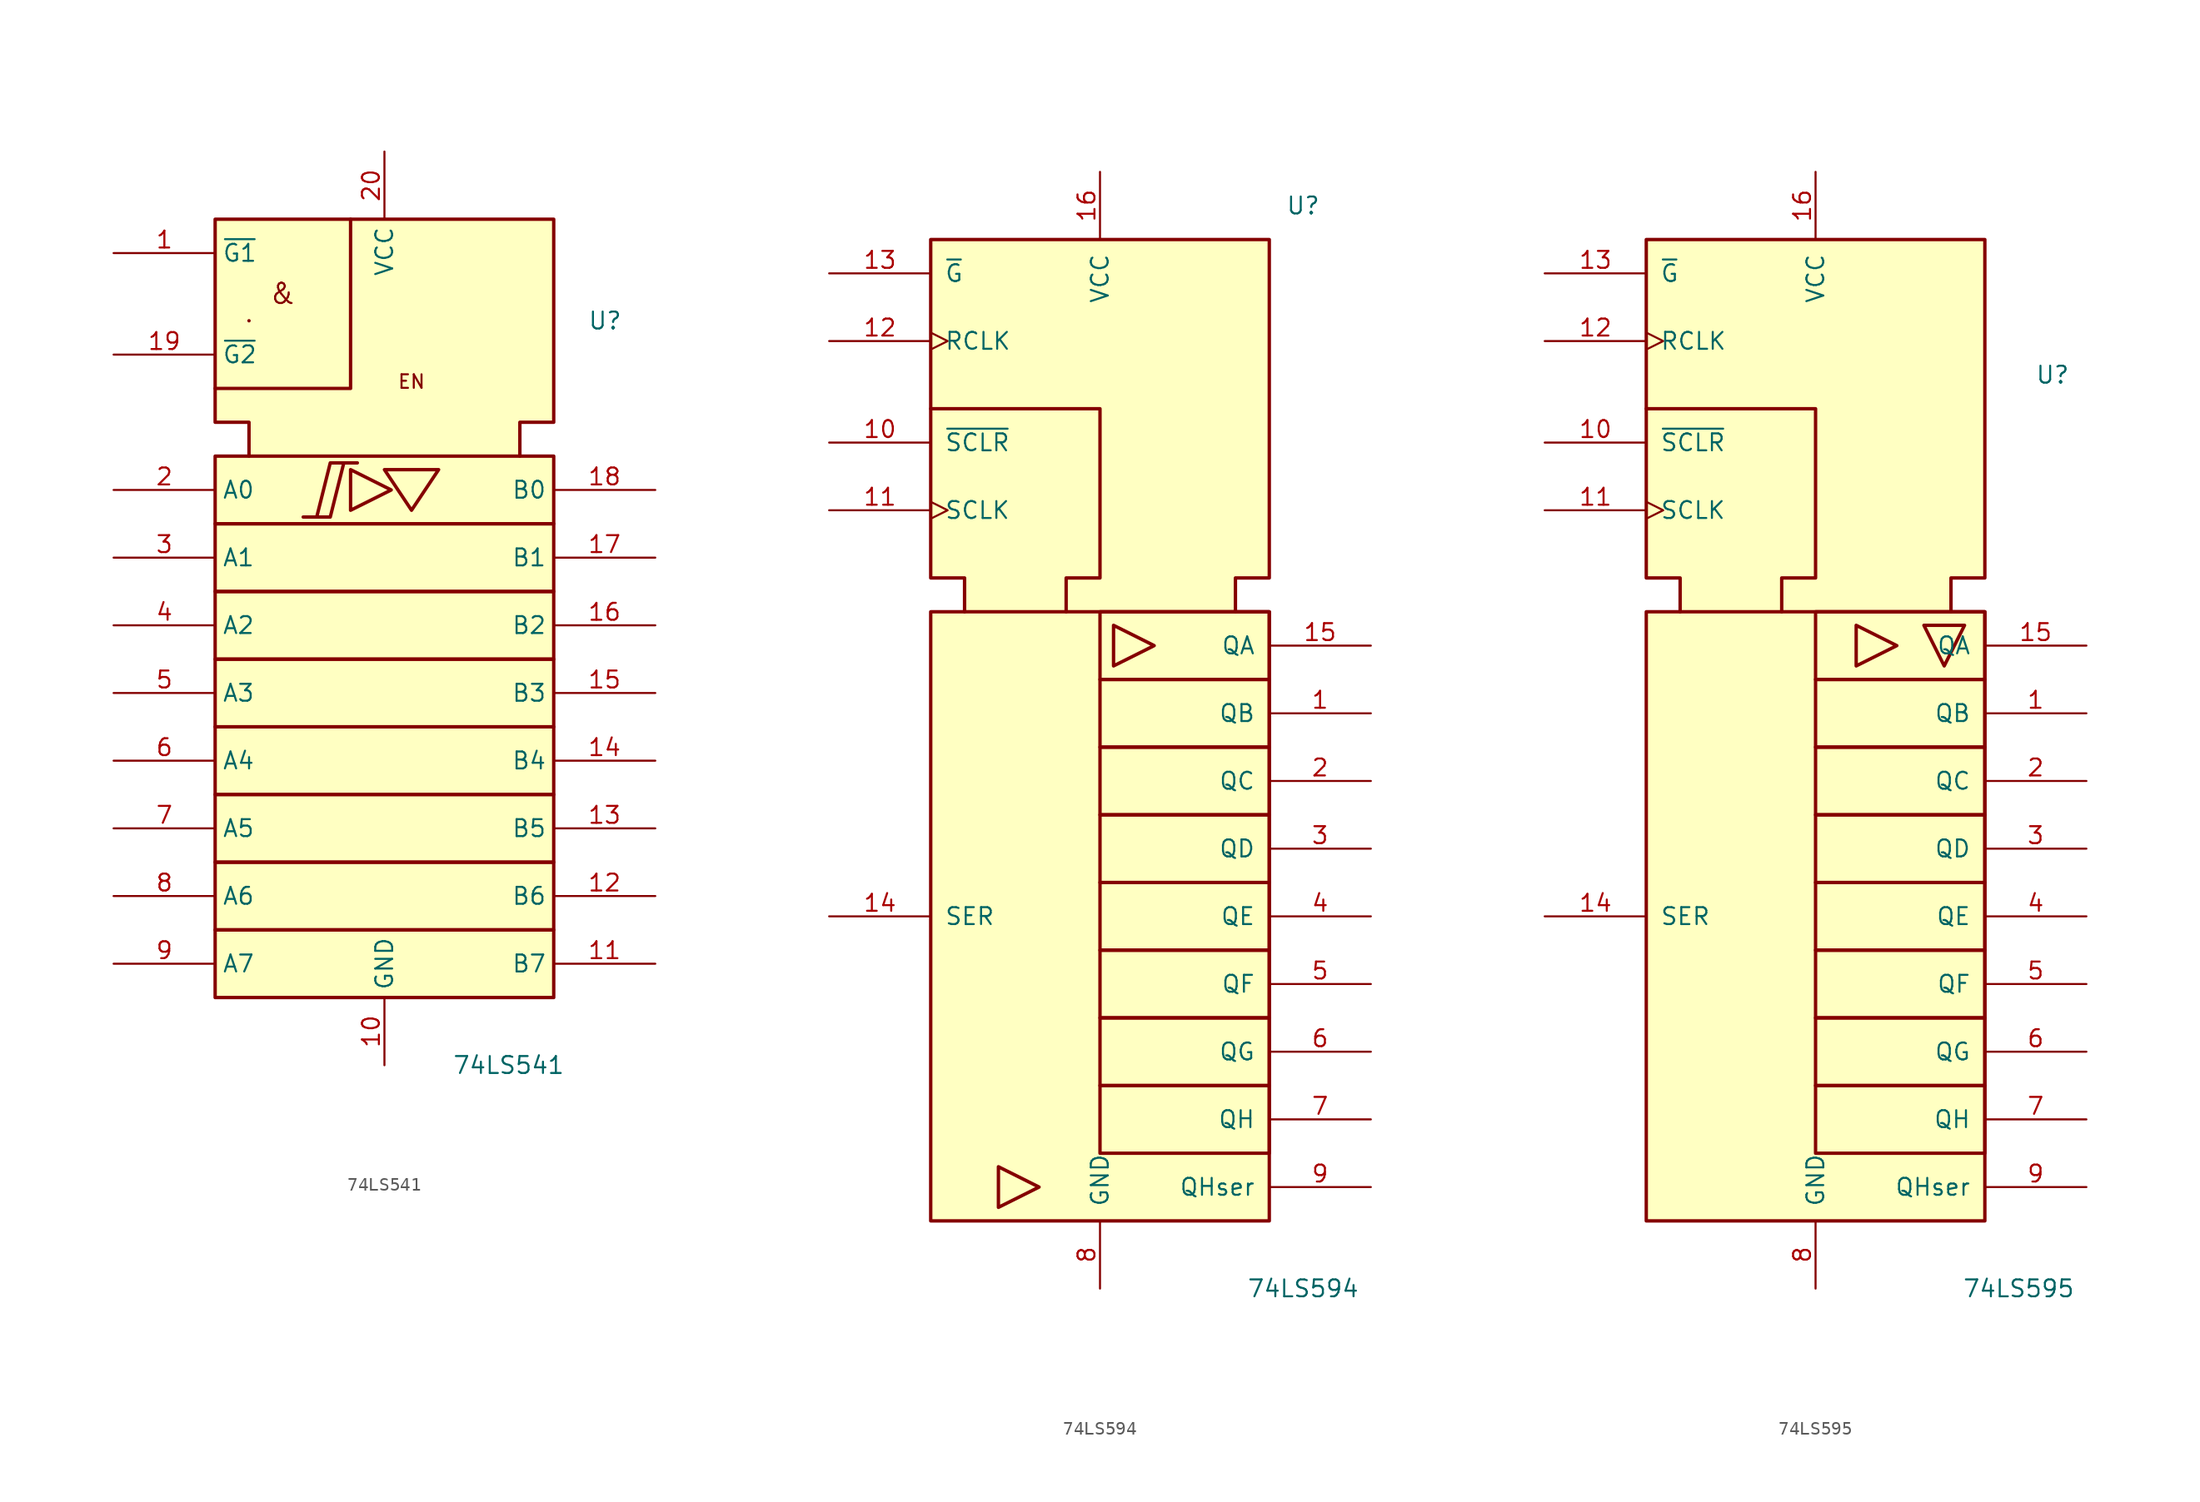
<source format=kicad_sym>
(kicad_symbol_lib
  (version 20231120)
  (generator "kicad_symbol_editor")
  (generator_version "8.0")
  (symbol "74LS541"
    (property "Reference" "U"
      (at 15.24 25.4 0)
      (effects (font (size 1.27 1.27)) (justify left)))
    (property "Value" "74LS541"
      (at 5.08 -30.48 0)
      (effects (font (size 1.27 1.27)) (justify left)))
    (symbol "74LS541_0_0"
      (polyline (pts (xy -10.16 25.4) (xy -10.16 25.4) (xy -10.16 25.4)) (stroke (width 0.254) (type default)) (fill (type background)))
      (polyline (pts (xy -2.54 33.02) (xy -2.54 20.32) (xy -12.7 20.32) (xy -12.7 20.32)) (stroke (width 0.254) (type default)) (fill (type background)))
      (polyline (pts (xy -2.54 14.224) (xy -2.54 11.176) (xy 0.508 12.7) (xy -2.54 14.224) (xy -2.54 14.224)) (stroke (width 0.254) (type default)) (fill (type background)))
      (polyline (pts (xy 0 14.224) (xy 4.064 14.224) (xy 2.032 11.176) (xy 0 14.224) (xy 0 14.224)) (stroke (width 0.254) (type default)) (fill (type background)))
      (polyline (pts (xy -6.096 10.668) (xy -4.064 10.668) (xy -3.048 14.732) (xy -2.032 14.732) (xy -4.064 14.732) (xy -5.08 10.668) (xy -5.08 10.668)) (stroke (width 0.254) (type default)) (fill (type background)))
      (text "&" (at -7.62 27.432 0) (effects (font (size 1.524 1.524))))
      (text "EN" (at 2.032 20.828 0) (effects (font (size 1.016 1.016))))
      (pin power_in line (at 0 -30.48 90) (length 5.08) (name "GND" (effects (font (size 1.27 1.27)))) (number "10" (effects (font (size 1.27 1.27)))))
      (pin power_in line (at 0 38.1 270) (length 5.08) (name "VCC" (effects (font (size 1.27 1.27)))) (number "20" (effects (font (size 1.27 1.27))))))
    (symbol "74LS541_0_1"
      (rectangle (start -12.7 -20.32) (end 12.7 -25.4) (stroke (width 0.254) (type default)) (fill (type background)))
      (rectangle (start -12.7 -15.24) (end 12.7 -20.32) (stroke (width 0.254) (type default)) (fill (type background)))
      (rectangle (start -12.7 -10.16) (end 12.7 -15.24) (stroke (width 0.254) (type default)) (fill (type background)))
      (rectangle (start -12.7 -5.08) (end 12.7 -10.16) (stroke (width 0.254) (type default)) (fill (type background)))
      (rectangle (start -12.7 0) (end 12.7 -5.08) (stroke (width 0.254) (type default)) (fill (type background)))
      (rectangle (start -12.7 5.08) (end 12.7 0) (stroke (width 0.254) (type default)) (fill (type background)))
      (rectangle (start -12.7 10.16) (end 12.7 5.08) (stroke (width 0.254) (type default)) (fill (type background)))
      (rectangle (start -12.7 15.24) (end 12.7 10.16) (stroke (width 0.254) (type default)) (fill (type background)))
      (polyline (pts (xy -10.16 15.24) (xy -10.16 17.78) (xy -12.7 17.78) (xy -12.7 33.02) (xy 12.7 33.02) (xy 12.7 17.78) (xy 10.16 17.78) (xy 10.16 15.24) (xy 10.16 15.24)) (stroke (width 0.254) (type default)) (fill (type background))))
    (symbol "74LS541_1_1"
      (pin input line (at -20.32 30.48 0) (length 7.62) (name "~{G1}" (effects (font (size 1.27 1.27)))) (number "1" (effects (font (size 1.27 1.27)))))
      (pin tri_state line (at 20.32 -22.86 180) (length 7.62) (name "B7" (effects (font (size 1.27 1.27)))) (number "11" (effects (font (size 1.27 1.27)))))
      (pin tri_state line (at 20.32 -17.78 180) (length 7.62) (name "B6" (effects (font (size 1.27 1.27)))) (number "12" (effects (font (size 1.27 1.27)))))
      (pin tri_state line (at 20.32 -12.7 180) (length 7.62) (name "B5" (effects (font (size 1.27 1.27)))) (number "13" (effects (font (size 1.27 1.27)))))
      (pin tri_state line (at 20.32 -7.62 180) (length 7.62) (name "B4" (effects (font (size 1.27 1.27)))) (number "14" (effects (font (size 1.27 1.27)))))
      (pin tri_state line (at 20.32 -2.54 180) (length 7.62) (name "B3" (effects (font (size 1.27 1.27)))) (number "15" (effects (font (size 1.27 1.27)))))
      (pin tri_state line (at 20.32 2.54 180) (length 7.62) (name "B2" (effects (font (size 1.27 1.27)))) (number "16" (effects (font (size 1.27 1.27)))))
      (pin tri_state line (at 20.32 7.62 180) (length 7.62) (name "B1" (effects (font (size 1.27 1.27)))) (number "17" (effects (font (size 1.27 1.27)))))
      (pin tri_state line (at 20.32 12.7 180) (length 7.62) (name "B0" (effects (font (size 1.27 1.27)))) (number "18" (effects (font (size 1.27 1.27)))))
      (pin input line (at -20.32 22.86 0) (length 7.62) (name "~{G2}" (effects (font (size 1.27 1.27)))) (number "19" (effects (font (size 1.27 1.27)))))
      (pin input line (at -20.32 12.7 0) (length 7.62) (name "A0" (effects (font (size 1.27 1.27)))) (number "2" (effects (font (size 1.27 1.27)))))
      (pin input line (at -20.32 7.62 0) (length 7.62) (name "A1" (effects (font (size 1.27 1.27)))) (number "3" (effects (font (size 1.27 1.27)))))
      (pin input line (at -20.32 2.54 0) (length 7.62) (name "A2" (effects (font (size 1.27 1.27)))) (number "4" (effects (font (size 1.27 1.27)))))
      (pin input line (at -20.32 -2.54 0) (length 7.62) (name "A3" (effects (font (size 1.27 1.27)))) (number "5" (effects (font (size 1.27 1.27)))))
      (pin input line (at -20.32 -7.62 0) (length 7.62) (name "A4" (effects (font (size 1.27 1.27)))) (number "6" (effects (font (size 1.27 1.27)))))
      (pin input line (at -20.32 -12.7 0) (length 7.62) (name "A5" (effects (font (size 1.27 1.27)))) (number "7" (effects (font (size 1.27 1.27)))))
      (pin input line (at -20.32 -17.78 0) (length 7.62) (name "A6" (effects (font (size 1.27 1.27)))) (number "8" (effects (font (size 1.27 1.27)))))
      (pin input line (at -20.32 -22.86 0) (length 7.62) (name "A7" (effects (font (size 1.27 1.27)))) (number "9" (effects (font (size 1.27 1.27)))))))
  (symbol "74LS594"
    (pin_names
      (offset 1.016))
    (property "Reference" "U"
      (at 15.24 33.02 0)
      (effects (font (size 1.27 1.27))))
    (property "Value" "74LS594"
      (at 15.24 -48.26 0)
      (effects (font (size 1.27 1.27))))
    (symbol "74LS594_0_0"
      (rectangle (start -12.7 2.54) (end 12.7 -43.18) (stroke (width 0.254) (type default)) (fill (type background)))
      (rectangle (start 0 -33.02) (end 12.7 -38.1) (stroke (width 0.254) (type default)) (fill (type background)))
      (rectangle (start 0 -27.94) (end 12.7 -33.02) (stroke (width 0.254) (type default)) (fill (type background)))
      (rectangle (start 0 -22.86) (end 12.7 -27.94) (stroke (width 0.254) (type default)) (fill (type background)))
      (rectangle (start 0 -17.78) (end 12.7 -22.86) (stroke (width 0.254) (type default)) (fill (type background)))
      (rectangle (start 0 -12.7) (end 12.7 -17.78) (stroke (width 0.254) (type default)) (fill (type background)))
      (rectangle (start 0 -7.62) (end 12.7 -12.7) (stroke (width 0.254) (type default)) (fill (type background)))
      (rectangle (start 0 -2.54) (end 12.7 -7.62) (stroke (width 0.254) (type default)) (fill (type background)))
      (polyline (pts (xy -4.572 -40.64) (xy -7.62 -39.116) (xy -7.62 -42.164) (xy -4.572 -40.64) (xy -4.572 -40.64)) (stroke (width 0.254) (type default)) (fill (type background)))
      (polyline (pts (xy 1.016 1.524) (xy 1.016 -1.524) (xy 4.064 0) (xy 1.016 1.524) (xy 1.016 1.524)) (stroke (width 0.254) (type default)) (fill (type background)))
      (polyline (pts (xy -12.7 17.78) (xy 0 17.78) (xy 0 5.08) (xy -2.54 5.08) (xy -2.54 2.54) (xy -2.54 2.54)) (stroke (width 0.254) (type default)) (fill (type background)))
      (polyline (pts (xy -10.16 2.54) (xy -10.16 5.08) (xy -12.7 5.08) (xy -12.7 30.48) (xy 12.7 30.48) (xy 12.7 5.08) (xy 10.16 5.08) (xy 10.16 2.54) (xy 10.16 2.54)) (stroke (width 0.254) (type default)) (fill (type background)))
      (rectangle (start 0 2.54) (end 12.7 -2.54) (stroke (width 0.254) (type default)) (fill (type background))))
    (symbol "74LS594_0_1"
      (pin power_in line (at 0 -48.26 90) (length 5.08) (name "GND" (effects (font (size 1.27 1.27)))) (number "8" (effects (font (size 1.27 1.27))))))
    (symbol "74LS594_1_1"
      (pin tri_state line (at 20.32 -5.08 180) (length 7.62) (name "QB" (effects (font (size 1.27 1.27)))) (number "1" (effects (font (size 1.27 1.27)))))
      (pin input line (at -20.32 15.24 0) (length 7.62) (name "~{SCLR}" (effects (font (size 1.27 1.27)))) (number "10" (effects (font (size 1.27 1.27)))))
      (pin input clock (at -20.32 10.16 0) (length 7.62) (name "SCLK" (effects (font (size 1.27 1.27)))) (number "11" (effects (font (size 1.27 1.27)))))
      (pin input clock (at -20.32 22.86 0) (length 7.62) (name "RCLK" (effects (font (size 1.27 1.27)))) (number "12" (effects (font (size 1.27 1.27)))))
      (pin input line (at -20.32 27.94 0) (length 7.62) (name "~{G}" (effects (font (size 1.27 1.27)))) (number "13" (effects (font (size 1.27 1.27)))))
      (pin input line (at -20.32 -20.32 0) (length 7.62) (name "SER" (effects (font (size 1.27 1.27)))) (number "14" (effects (font (size 1.27 1.27)))))
      (pin tri_state line (at 20.32 0 180) (length 7.62) (name "QA" (effects (font (size 1.27 1.27)))) (number "15" (effects (font (size 1.27 1.27)))))
      (pin power_in line (at 0 35.56 270) (length 5.08) (name "VCC" (effects (font (size 1.27 1.27)))) (number "16" (effects (font (size 1.27 1.27)))))
      (pin tri_state line (at 20.32 -10.16 180) (length 7.62) (name "QC" (effects (font (size 1.27 1.27)))) (number "2" (effects (font (size 1.27 1.27)))))
      (pin tri_state line (at 20.32 -15.24 180) (length 7.62) (name "QD" (effects (font (size 1.27 1.27)))) (number "3" (effects (font (size 1.27 1.27)))))
      (pin tri_state line (at 20.32 -20.32 180) (length 7.62) (name "QE" (effects (font (size 1.27 1.27)))) (number "4" (effects (font (size 1.27 1.27)))))
      (pin tri_state line (at 20.32 -25.4 180) (length 7.62) (name "QF" (effects (font (size 1.27 1.27)))) (number "5" (effects (font (size 1.27 1.27)))))
      (pin tri_state line (at 20.32 -30.48 180) (length 7.62) (name "QG" (effects (font (size 1.27 1.27)))) (number "6" (effects (font (size 1.27 1.27)))))
      (pin tri_state line (at 20.32 -35.56 180) (length 7.62) (name "QH" (effects (font (size 1.27 1.27)))) (number "7" (effects (font (size 1.27 1.27)))))
      (pin output line (at 20.32 -40.64 180) (length 7.62) (name "QHser" (effects (font (size 1.27 1.27)))) (number "9" (effects (font (size 1.27 1.27)))))))
  (symbol "74LS595"
    (pin_names
      (offset 1.016))
    (property "Reference" "U"
      (at 17.78 20.32 0)
      (effects (font (size 1.27 1.27))))
    (property "Value" "74LS595"
      (at 15.24 -48.26 0)
      (effects (font (size 1.27 1.27))))
    (symbol "74LS595_0_0"
      (rectangle (start -12.7 2.54) (end 12.7 -43.18) (stroke (width 0.254) (type default)) (fill (type background)))
      (rectangle (start 0 -33.02) (end 12.7 -38.1) (stroke (width 0.254) (type default)) (fill (type background)))
      (rectangle (start 0 -27.94) (end 12.7 -33.02) (stroke (width 0.254) (type default)) (fill (type background)))
      (rectangle (start 0 -22.86) (end 12.7 -27.94) (stroke (width 0.254) (type default)) (fill (type background)))
      (rectangle (start 0 -17.78) (end 12.7 -22.86) (stroke (width 0.254) (type default)) (fill (type background)))
      (rectangle (start 0 -12.7) (end 12.7 -17.78) (stroke (width 0.254) (type default)) (fill (type background)))
      (rectangle (start 0 -7.62) (end 12.7 -12.7) (stroke (width 0.254) (type default)) (fill (type background)))
      (rectangle (start 0 -2.54) (end 12.7 -7.62) (stroke (width 0.254) (type default)) (fill (type background)))
      (polyline (pts (xy 3.048 1.524) (xy 3.048 -1.524) (xy 6.096 0) (xy 3.048 1.524) (xy 3.048 1.524)) (stroke (width 0.254) (type default)) (fill (type background)))
      (polyline (pts (xy 11.176 1.524) (xy 8.128 1.524) (xy 9.652 -1.524) (xy 11.176 1.524) (xy 11.176 1.524)) (stroke (width 0.254) (type default)) (fill (type background)))
      (polyline (pts (xy -12.7 17.78) (xy 0 17.78) (xy 0 5.08) (xy -2.54 5.08) (xy -2.54 2.54) (xy -2.54 2.54)) (stroke (width 0.254) (type default)) (fill (type background)))
      (polyline (pts (xy -10.16 2.54) (xy -10.16 5.08) (xy -12.7 5.08) (xy -12.7 30.48) (xy 12.7 30.48) (xy 12.7 5.08) (xy 10.16 5.08) (xy 10.16 2.54) (xy 10.16 2.54)) (stroke (width 0.254) (type default)) (fill (type background)))
      (rectangle (start 0 2.54) (end 12.7 -2.54) (stroke (width 0.254) (type default)) (fill (type background))))
    (symbol "74LS595_0_1"
      (pin power_in line (at 0 -48.26 90) (length 5.08) (name "GND" (effects (font (size 1.27 1.27)))) (number "8" (effects (font (size 1.27 1.27))))))
    (symbol "74LS595_1_1"
      (pin tri_state line (at 20.32 -5.08 180) (length 7.62) (name "QB" (effects (font (size 1.27 1.27)))) (number "1" (effects (font (size 1.27 1.27)))))
      (pin input line (at -20.32 15.24 0) (length 7.62) (name "~{SCLR}" (effects (font (size 1.27 1.27)))) (number "10" (effects (font (size 1.27 1.27)))))
      (pin input clock (at -20.32 10.16 0) (length 7.62) (name "SCLK" (effects (font (size 1.27 1.27)))) (number "11" (effects (font (size 1.27 1.27)))))
      (pin input clock (at -20.32 22.86 0) (length 7.62) (name "RCLK" (effects (font (size 1.27 1.27)))) (number "12" (effects (font (size 1.27 1.27)))))
      (pin input line (at -20.32 27.94 0) (length 7.62) (name "~{G}" (effects (font (size 1.27 1.27)))) (number "13" (effects (font (size 1.27 1.27)))))
      (pin input line (at -20.32 -20.32 0) (length 7.62) (name "SER" (effects (font (size 1.27 1.27)))) (number "14" (effects (font (size 1.27 1.27)))))
      (pin tri_state line (at 20.32 0 180) (length 7.62) (name "QA" (effects (font (size 1.27 1.27)))) (number "15" (effects (font (size 1.27 1.27)))))
      (pin power_in line (at 0 35.56 270) (length 5.08) (name "VCC" (effects (font (size 1.27 1.27)))) (number "16" (effects (font (size 1.27 1.27)))))
      (pin tri_state line (at 20.32 -10.16 180) (length 7.62) (name "QC" (effects (font (size 1.27 1.27)))) (number "2" (effects (font (size 1.27 1.27)))))
      (pin tri_state line (at 20.32 -15.24 180) (length 7.62) (name "QD" (effects (font (size 1.27 1.27)))) (number "3" (effects (font (size 1.27 1.27)))))
      (pin tri_state line (at 20.32 -20.32 180) (length 7.62) (name "QE" (effects (font (size 1.27 1.27)))) (number "4" (effects (font (size 1.27 1.27)))))
      (pin tri_state line (at 20.32 -25.4 180) (length 7.62) (name "QF" (effects (font (size 1.27 1.27)))) (number "5" (effects (font (size 1.27 1.27)))))
      (pin tri_state line (at 20.32 -30.48 180) (length 7.62) (name "QG" (effects (font (size 1.27 1.27)))) (number "6" (effects (font (size 1.27 1.27)))))
      (pin tri_state line (at 20.32 -35.56 180) (length 7.62) (name "QH" (effects (font (size 1.27 1.27)))) (number "7" (effects (font (size 1.27 1.27)))))
      (pin output line (at 20.32 -40.64 180) (length 7.62) (name "QHser" (effects (font (size 1.27 1.27)))) (number "9" (effects (font (size 1.27 1.27))))))))
</source>
